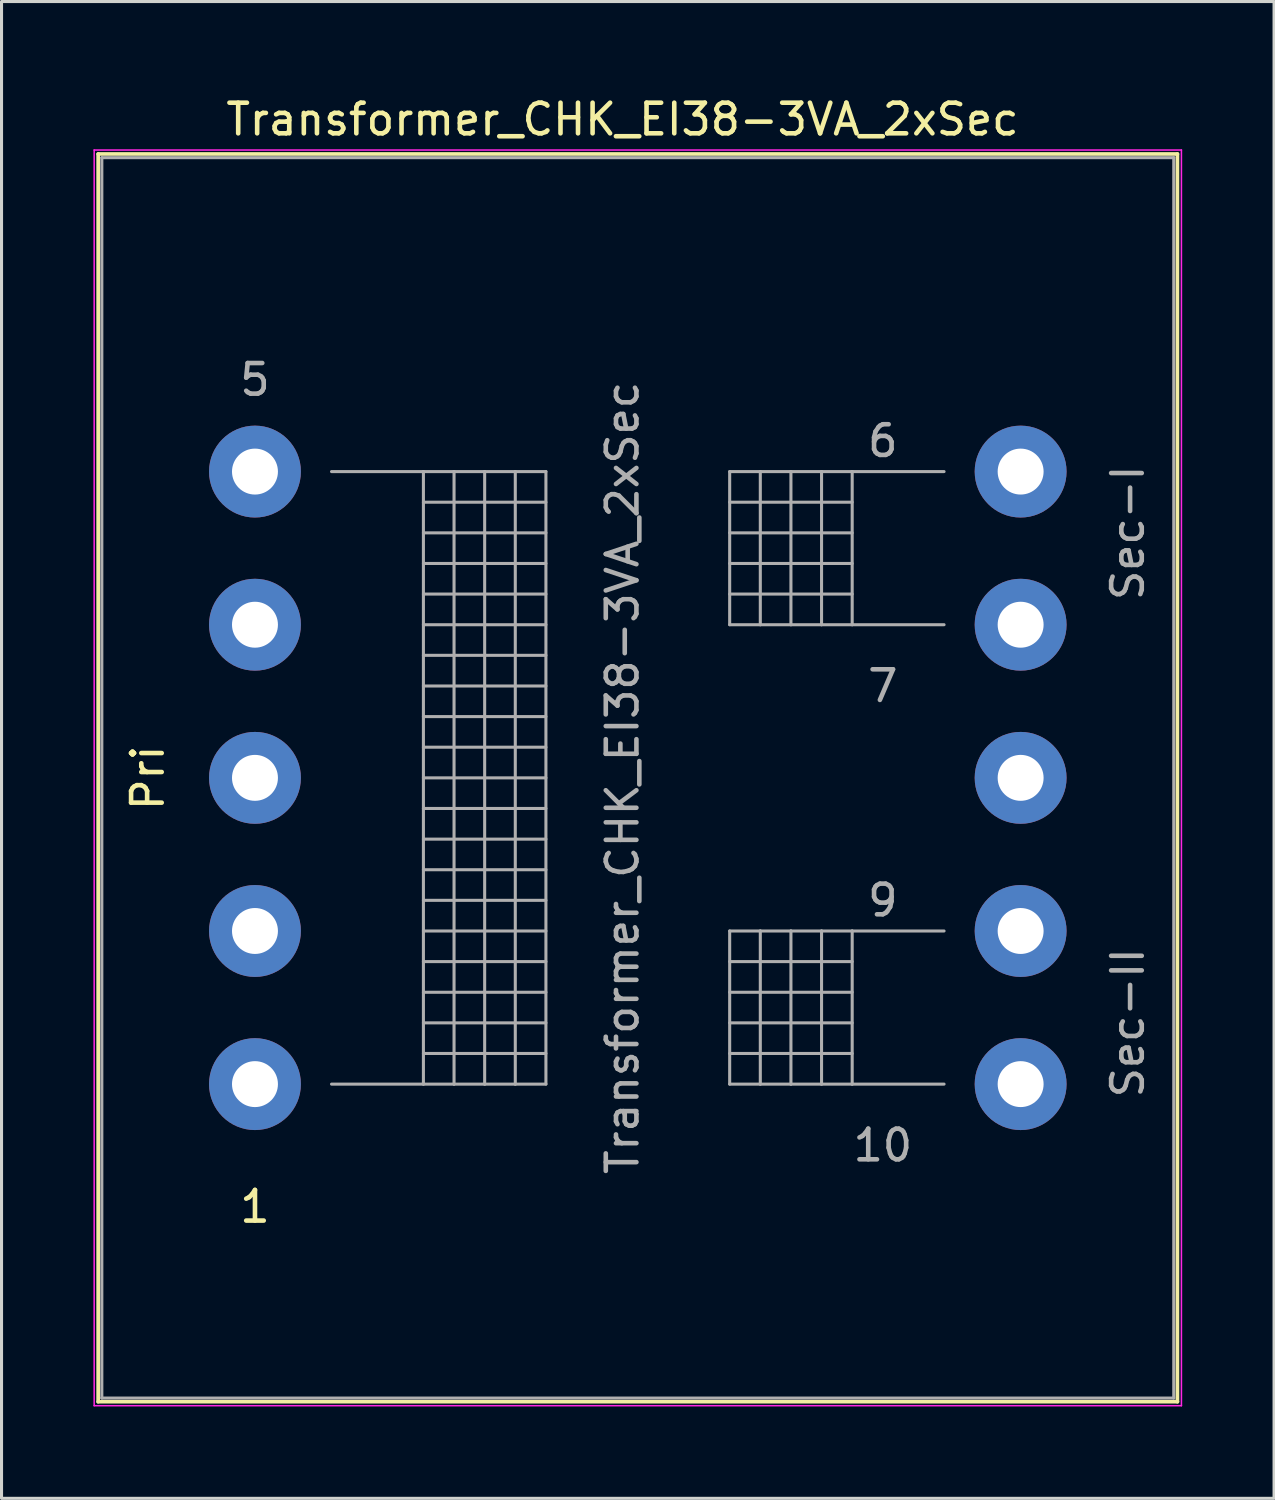
<source format=kicad_pcb>
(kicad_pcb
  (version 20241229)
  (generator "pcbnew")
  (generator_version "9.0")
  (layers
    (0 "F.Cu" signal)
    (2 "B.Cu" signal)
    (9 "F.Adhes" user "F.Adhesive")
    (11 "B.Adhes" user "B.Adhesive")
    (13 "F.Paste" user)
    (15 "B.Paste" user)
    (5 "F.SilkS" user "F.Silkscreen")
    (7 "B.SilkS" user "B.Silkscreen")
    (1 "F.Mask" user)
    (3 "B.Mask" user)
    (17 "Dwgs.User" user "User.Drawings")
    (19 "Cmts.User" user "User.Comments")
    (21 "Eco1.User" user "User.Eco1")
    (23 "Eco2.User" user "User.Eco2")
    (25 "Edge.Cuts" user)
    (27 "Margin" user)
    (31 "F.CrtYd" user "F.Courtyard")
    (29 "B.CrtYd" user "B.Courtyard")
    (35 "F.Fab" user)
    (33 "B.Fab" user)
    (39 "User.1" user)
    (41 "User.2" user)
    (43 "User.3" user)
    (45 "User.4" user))
  (footprint "Transformer_CHK_EI38-3VA_2xSec"
    (layer "F.Cu")
    (at 5.275 32.348)
    (property "Reference" "Transformer_CHK_EI38-3VA_2xSec" (at 12 -31.5 0) (layer "F.SilkS") (effects (font (size 1 1) (thickness 0.15))))
    (attr through_hole)
    (fp_line (start -5.12 -30.37) (end -5.12 10.37) (stroke (width 0.12) (type solid)) (layer "F.SilkS"))
    (fp_line (start -5.12 -30.37) (end 30.12 -30.37) (stroke (width 0.12) (type solid)) (layer "F.SilkS"))
    (fp_line (start 30.12 10.37) (end -5.12 10.37) (stroke (width 0.12) (type solid)) (layer "F.SilkS"))
    (fp_line (start 30.12 10.37) (end 30.12 -30.37) (stroke (width 0.12) (type solid)) (layer "F.SilkS"))
    (fp_line (start -5.25 -30.5) (end -5.25 10.5) (stroke (width 0.05) (type solid)) (layer "F.CrtYd"))
    (fp_line (start -5.25 -30.5) (end 30.25 -30.5) (stroke (width 0.05) (type solid)) (layer "F.CrtYd"))
    (fp_line (start 30.25 10.5) (end -5.25 10.5) (stroke (width 0.05) (type solid)) (layer "F.CrtYd"))
    (fp_line (start 30.25 10.5) (end 30.25 -30.5) (stroke (width 0.05) (type solid)) (layer "F.CrtYd"))
    (fp_line (start -5 -30.25) (end -5 10.25) (stroke (width 0.1) (type solid)) (layer "F.Fab"))
    (fp_line (start -5 10.25) (end 30 10.25) (stroke (width 0.1) (type solid)) (layer "F.Fab"))
    (fp_line (start 2.5 -20) (end 5.5 -20) (stroke (width 0.1) (type solid)) (layer "F.Fab"))
    (fp_line (start 5.5 -20) (end 5.5 0) (stroke (width 0.1) (type solid)) (layer "F.Fab"))
    (fp_line (start 5.5 -20) (end 6.5 -20) (stroke (width 0.1) (type solid)) (layer "F.Fab"))
    (fp_line (start 5.5 -19) (end 9.5 -19) (stroke (width 0.1) (type solid)) (layer "F.Fab"))
    (fp_line (start 5.5 -18) (end 9.5 -18) (stroke (width 0.1) (type solid)) (layer "F.Fab"))
    (fp_line (start 5.5 -17) (end 9.5 -17) (stroke (width 0.1) (type solid)) (layer "F.Fab"))
    (fp_line (start 5.5 -16) (end 9.5 -16) (stroke (width 0.1) (type solid)) (layer "F.Fab"))
    (fp_line (start 5.5 -15) (end 9.5 -15) (stroke (width 0.1) (type solid)) (layer "F.Fab"))
    (fp_line (start 5.5 -14) (end 9.5 -14) (stroke (width 0.1) (type solid)) (layer "F.Fab"))
    (fp_line (start 5.5 -13) (end 9.5 -13) (stroke (width 0.1) (type solid)) (layer "F.Fab"))
    (fp_line (start 5.5 -12) (end 9.5 -12) (stroke (width 0.1) (type solid)) (layer "F.Fab"))
    (fp_line (start 5.5 -11) (end 9.5 -11) (stroke (width 0.1) (type solid)) (layer "F.Fab"))
    (fp_line (start 5.5 -10) (end 9.5 -10) (stroke (width 0.1) (type solid)) (layer "F.Fab"))
    (fp_line (start 5.5 -9) (end 9.5 -9) (stroke (width 0.1) (type solid)) (layer "F.Fab"))
    (fp_line (start 5.5 -8) (end 9.5 -8) (stroke (width 0.1) (type solid)) (layer "F.Fab"))
    (fp_line (start 5.5 -7) (end 9.5 -7) (stroke (width 0.1) (type solid)) (layer "F.Fab"))
    (fp_line (start 5.5 -6) (end 9.5 -6) (stroke (width 0.1) (type solid)) (layer "F.Fab"))
    (fp_line (start 5.5 -5) (end 9.5 -5) (stroke (width 0.1) (type solid)) (layer "F.Fab"))
    (fp_line (start 5.5 -4) (end 9.5 -4) (stroke (width 0.1) (type solid)) (layer "F.Fab"))
    (fp_line (start 5.5 -3) (end 9.5 -3) (stroke (width 0.1) (type solid)) (layer "F.Fab"))
    (fp_line (start 5.5 -2) (end 9.5 -2) (stroke (width 0.1) (type solid)) (layer "F.Fab"))
    (fp_line (start 5.5 -1) (end 9.5 -1) (stroke (width 0.1) (type solid)) (layer "F.Fab"))
    (fp_line (start 5.5 0) (end 2.5 0) (stroke (width 0.1) (type solid)) (layer "F.Fab"))
    (fp_line (start 6.5 -20) (end 6.5 0) (stroke (width 0.1) (type solid)) (layer "F.Fab"))
    (fp_line (start 6.5 -20) (end 7.5 -20) (stroke (width 0.1) (type solid)) (layer "F.Fab"))
    (fp_line (start 6.5 0) (end 5.5 0) (stroke (width 0.1) (type solid)) (layer "F.Fab"))
    (fp_line (start 7.5 -20) (end 7.5 0) (stroke (width 0.1) (type solid)) (layer "F.Fab"))
    (fp_line (start 7.5 -20) (end 8.5 -20) (stroke (width 0.1) (type solid)) (layer "F.Fab"))
    (fp_line (start 7.5 0) (end 6.5 0) (stroke (width 0.1) (type solid)) (layer "F.Fab"))
    (fp_line (start 8.5 -20) (end 8.5 0) (stroke (width 0.1) (type solid)) (layer "F.Fab"))
    (fp_line (start 8.5 -20) (end 9.5 -20) (stroke (width 0.1) (type solid)) (layer "F.Fab"))
    (fp_line (start 8.5 0) (end 7.5 0) (stroke (width 0.1) (type solid)) (layer "F.Fab"))
    (fp_line (start 9.5 -20) (end 9.5 0) (stroke (width 0.1) (type solid)) (layer "F.Fab"))
    (fp_line (start 9.5 0) (end 8.5 0) (stroke (width 0.1) (type solid)) (layer "F.Fab"))
    (fp_line (start 15.5 -20) (end 15.5 -15) (stroke (width 0.1) (type solid)) (layer "F.Fab"))
    (fp_line (start 15.5 -19) (end 19.5 -19) (stroke (width 0.1) (type solid)) (layer "F.Fab"))
    (fp_line (start 15.5 -17) (end 19.5 -17) (stroke (width 0.1) (type solid)) (layer "F.Fab"))
    (fp_line (start 15.5 -15) (end 16.5 -15) (stroke (width 0.1) (type solid)) (layer "F.Fab"))
    (fp_line (start 15.5 -5) (end 15.5 0) (stroke (width 0.1) (type solid)) (layer "F.Fab"))
    (fp_line (start 15.5 -4) (end 19.5 -4) (stroke (width 0.1) (type solid)) (layer "F.Fab"))
    (fp_line (start 15.5 -3) (end 19.5 -3) (stroke (width 0.1) (type solid)) (layer "F.Fab"))
    (fp_line (start 15.5 -2) (end 19.5 -2) (stroke (width 0.1) (type solid)) (layer "F.Fab"))
    (fp_line (start 15.5 -1) (end 19.5 -1) (stroke (width 0.1) (type solid)) (layer "F.Fab"))
    (fp_line (start 15.5 0) (end 16.5 0) (stroke (width 0.1) (type solid)) (layer "F.Fab"))
    (fp_line (start 16.5 -20) (end 15.5 -20) (stroke (width 0.1) (type solid)) (layer "F.Fab"))
    (fp_line (start 16.5 -20) (end 16.5 -15) (stroke (width 0.1) (type solid)) (layer "F.Fab"))
    (fp_line (start 16.5 -15) (end 17.5 -15) (stroke (width 0.1) (type solid)) (layer "F.Fab"))
    (fp_line (start 16.5 -5) (end 15.5 -5) (stroke (width 0.1) (type solid)) (layer "F.Fab"))
    (fp_line (start 16.5 -5) (end 16.5 0) (stroke (width 0.1) (type solid)) (layer "F.Fab"))
    (fp_line (start 16.5 0) (end 17.5 0) (stroke (width 0.1) (type solid)) (layer "F.Fab"))
    (fp_line (start 17.5 -20) (end 16.5 -20) (stroke (width 0.1) (type solid)) (layer "F.Fab"))
    (fp_line (start 17.5 -20) (end 17.5 -15) (stroke (width 0.1) (type solid)) (layer "F.Fab"))
    (fp_line (start 17.5 -15) (end 18.5 -15) (stroke (width 0.1) (type solid)) (layer "F.Fab"))
    (fp_line (start 17.5 -5) (end 16.5 -5) (stroke (width 0.1) (type solid)) (layer "F.Fab"))
    (fp_line (start 17.5 -5) (end 17.5 0) (stroke (width 0.1) (type solid)) (layer "F.Fab"))
    (fp_line (start 17.5 0) (end 18.5 0) (stroke (width 0.1) (type solid)) (layer "F.Fab"))
    (fp_line (start 18.5 -20) (end 17.5 -20) (stroke (width 0.1) (type solid)) (layer "F.Fab"))
    (fp_line (start 18.5 -20) (end 18.5 -15) (stroke (width 0.1) (type solid)) (layer "F.Fab"))
    (fp_line (start 18.5 -15) (end 19.5 -15) (stroke (width 0.1) (type solid)) (layer "F.Fab"))
    (fp_line (start 18.5 -5) (end 17.5 -5) (stroke (width 0.1) (type solid)) (layer "F.Fab"))
    (fp_line (start 18.5 -5) (end 18.5 0) (stroke (width 0.1) (type solid)) (layer "F.Fab"))
    (fp_line (start 18.5 0) (end 19.5 0) (stroke (width 0.1) (type solid)) (layer "F.Fab"))
    (fp_line (start 19.5 -20) (end 18.5 -20) (stroke (width 0.1) (type solid)) (layer "F.Fab"))
    (fp_line (start 19.5 -20) (end 19.5 -15) (stroke (width 0.1) (type solid)) (layer "F.Fab"))
    (fp_line (start 19.5 -18) (end 15.5 -18) (stroke (width 0.1) (type solid)) (layer "F.Fab"))
    (fp_line (start 19.5 -16) (end 15.5 -16) (stroke (width 0.1) (type solid)) (layer "F.Fab"))
    (fp_line (start 19.5 -15) (end 22.5 -15) (stroke (width 0.1) (type solid)) (layer "F.Fab"))
    (fp_line (start 19.5 -5) (end 18.5 -5) (stroke (width 0.1) (type solid)) (layer "F.Fab"))
    (fp_line (start 19.5 -5) (end 19.5 0) (stroke (width 0.1) (type solid)) (layer "F.Fab"))
    (fp_line (start 19.5 0) (end 22.5 0) (stroke (width 0.1) (type solid)) (layer "F.Fab"))
    (fp_line (start 22.5 -20) (end 19.5 -20) (stroke (width 0.1) (type solid)) (layer "F.Fab"))
    (fp_line (start 22.5 -5) (end 19.5 -5) (stroke (width 0.1) (type solid)) (layer "F.Fab"))
    (fp_line (start 30 -30.25) (end -5 -30.25) (stroke (width 0.1) (type solid)) (layer "F.Fab"))
    (fp_line (start 30 10.25) (end 30 -30.25) (stroke (width 0.1) (type solid)) (layer "F.Fab"))
    (fp_text user "1" (at 0 4 0) (layer "F.SilkS") (effects (font (size 1 1) (thickness 0.15))))
    (fp_text user "Pri" (at -3.5 -10 90) (layer "F.SilkS") (effects (font (size 1 1) (thickness 0.15))))
    (fp_text user "9" (at 20.5 -6 0) (layer "F.Fab") (effects (font (size 1 1) (thickness 0.15))))
    (fp_text user "7" (at 20.5 -13 0) (layer "F.Fab") (effects (font (size 1 1) (thickness 0.15))))
    (fp_text user "${REFERENCE}" (at 12 -10 90) (layer "F.Fab") (effects (font (size 1 1) (thickness 0.15))))
    (fp_text user "5" (at 0 -23 0) (layer "F.Fab") (effects (font (size 1 1) (thickness 0.15))))
    (fp_text user "Sec-I" (at 28.5 -18 90) (layer "F.Fab") (effects (font (size 1 1) (thickness 0.15))))
    (fp_text user "Sec-II" (at 28.5 -2 90) (layer "F.Fab") (effects (font (size 1 1) (thickness 0.15))))
    (fp_text user "6" (at 20.5 -21 0) (layer "F.Fab") (effects (font (size 1 1) (thickness 0.15))))
    (fp_text user "10" (at 20.5 2 0) (layer "F.Fab") (effects (font (size 1 1) (thickness 0.15))))
    (pad "1" thru_hole circle (at 0 0) (size 3 3) (drill 1.5) (layers "*.Cu" "*.Mask"))
    (pad "2" thru_hole circle (at 0 -5) (size 3 3) (drill 1.5) (layers "*.Cu" "*.Mask"))
    (pad "3" thru_hole circle (at 0 -10) (size 3 3) (drill 1.5) (layers "*.Cu" "*.Mask"))
    (pad "4" thru_hole circle (at 0 -15) (size 3 3) (drill 1.5) (layers "*.Cu" "*.Mask"))
    (pad "5" thru_hole circle (at 0 -20) (size 3 3) (drill 1.5) (layers "*.Cu" "*.Mask"))
    (pad "6" thru_hole circle (at 25 -20) (size 3 3) (drill 1.5) (layers "*.Cu" "*.Mask"))
    (pad "7" thru_hole circle (at 25 -15) (size 3 3) (drill 1.5) (layers "*.Cu" "*.Mask"))
    (pad "8" thru_hole circle (at 25 -10) (size 3 3) (drill 1.5) (layers "*.Cu" "*.Mask"))
    (pad "9" thru_hole circle (at 25 -5) (size 3 3) (drill 1.5) (layers "*.Cu" "*.Mask"))
    (pad "10" thru_hole circle (at 25 0) (size 3 3) (drill 1.5) (layers "*.Cu" "*.Mask")))
  (gr_rect
    (start -3 -3)
    (end 38.55 45.873)
    (stroke (width 0.1) (type default))
    (fill no)
    (layer "Edge.Cuts")))
</source>
